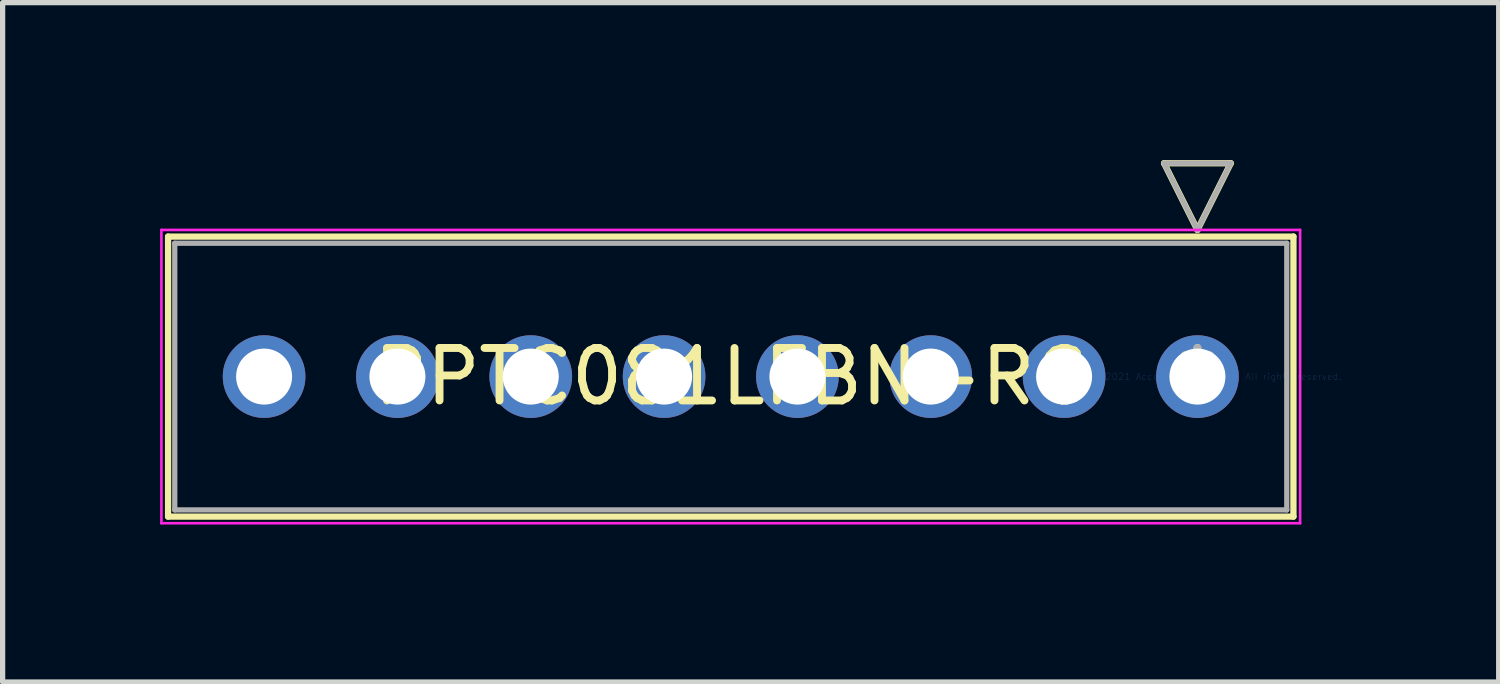
<source format=kicad_pcb>
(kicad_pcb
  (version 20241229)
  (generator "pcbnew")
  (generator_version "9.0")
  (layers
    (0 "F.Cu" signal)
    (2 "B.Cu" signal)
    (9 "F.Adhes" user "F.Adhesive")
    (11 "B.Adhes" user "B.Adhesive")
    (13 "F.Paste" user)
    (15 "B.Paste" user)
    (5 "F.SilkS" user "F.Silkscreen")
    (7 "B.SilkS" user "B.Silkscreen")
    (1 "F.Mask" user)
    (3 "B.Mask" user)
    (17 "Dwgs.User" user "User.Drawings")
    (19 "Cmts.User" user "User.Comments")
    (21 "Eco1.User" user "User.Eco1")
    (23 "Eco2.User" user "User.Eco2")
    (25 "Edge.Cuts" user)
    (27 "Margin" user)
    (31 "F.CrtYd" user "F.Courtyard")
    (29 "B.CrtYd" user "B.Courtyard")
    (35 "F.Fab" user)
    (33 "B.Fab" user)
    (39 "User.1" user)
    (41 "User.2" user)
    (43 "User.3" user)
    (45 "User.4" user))
  (footprint "PPTC081LFBN-RC"
    (layer "F.Cu")
    (at 19.761 4.124)
    (property "Reference" "PPTC081LFBN-RC" (at -8.89 0 0) (layer "F.SilkS") (effects (font (size 1 1) (thickness 0.15))))
    (attr through_hole)
    (fp_line (start -19.609 -2.667) (end -19.609 2.667) (stroke (width 0.12) (type solid)) (layer "F.SilkS"))
    (fp_line (start -19.609 2.667) (end 1.829 2.667) (stroke (width 0.12) (type solid)) (layer "F.SilkS"))
    (fp_line (start -0.635 -4.064) (end 0.635 -4.064) (stroke (width 0.12) (type solid)) (layer "F.SilkS"))
    (fp_line (start 0 -2.794) (end -0.635 -4.064) (stroke (width 0.12) (type solid)) (layer "F.SilkS"))
    (fp_line (start 0.635 -4.064) (end 0 -2.794) (stroke (width 0.12) (type solid)) (layer "F.SilkS"))
    (fp_line (start 1.829 -2.667) (end -19.609 -2.667) (stroke (width 0.12) (type solid)) (layer "F.SilkS"))
    (fp_line (start 1.829 2.667) (end 1.829 -2.667) (stroke (width 0.12) (type solid)) (layer "F.SilkS"))
    (fp_line (start -19.736 -2.794) (end -19.736 2.794) (stroke (width 0.05) (type solid)) (layer "F.CrtYd"))
    (fp_line (start -19.736 2.794) (end 1.956 2.794) (stroke (width 0.05) (type solid)) (layer "F.CrtYd"))
    (fp_line (start 1.956 -2.794) (end -19.736 -2.794) (stroke (width 0.05) (type solid)) (layer "F.CrtYd"))
    (fp_line (start 1.956 2.794) (end 1.956 -2.794) (stroke (width 0.05) (type solid)) (layer "F.CrtYd"))
    (fp_line (start -19.482 -2.54) (end -19.482 2.54) (stroke (width 0.1) (type solid)) (layer "F.Fab"))
    (fp_line (start -19.482 2.54) (end 1.702 2.54) (stroke (width 0.1) (type solid)) (layer "F.Fab"))
    (fp_line (start -0.635 -4.064) (end 0.635 -4.064) (stroke (width 0.1) (type solid)) (layer "F.Fab"))
    (fp_line (start 0 -2.794) (end -0.635 -4.064) (stroke (width 0.1) (type solid)) (layer "F.Fab"))
    (fp_line (start 0.635 -4.064) (end 0 -2.794) (stroke (width 0.1) (type solid)) (layer "F.Fab"))
    (fp_line (start 1.702 -2.54) (end -19.482 -2.54) (stroke (width 0.1) (type solid)) (layer "F.Fab"))
    (fp_line (start 1.702 2.54) (end 1.702 -2.54) (stroke (width 0.1) (type solid)) (layer "F.Fab"))
    (fp_text user "*" (at 0 0 0) (layer "F.SilkS") (effects (font (size 1 1) (thickness 0.15))))
    (fp_text user "Copyright 2021 Accelerated Designs. All rights reserved." (at 0 0 0) (layer "Cmts.User") (effects (font (size 0.127 0.127) (thickness 0.002))))
    (fp_text user "*" (at 0 0 0) (layer "F.Fab") (effects (font (size 1 1) (thickness 0.15))))
    (pad "1" thru_hole circle (at 0 0) (size 1.575 1.575) (drill 1.067) (layers "*.Cu" "*.Mask"))
    (pad "2" thru_hole circle (at -2.54 0) (size 1.575 1.575) (drill 1.067) (layers "*.Cu" "*.Mask"))
    (pad "3" thru_hole circle (at -5.08 0) (size 1.575 1.575) (drill 1.067) (layers "*.Cu" "*.Mask"))
    (pad "4" thru_hole circle (at -7.62 0) (size 1.575 1.575) (drill 1.067) (layers "*.Cu" "*.Mask"))
    (pad "5" thru_hole circle (at -10.16 0) (size 1.575 1.575) (drill 1.067) (layers "*.Cu" "*.Mask"))
    (pad "6" thru_hole circle (at -12.7 0) (size 1.575 1.575) (drill 1.067) (layers "*.Cu" "*.Mask"))
    (pad "7" thru_hole circle (at -15.24 0) (size 1.575 1.575) (drill 1.067) (layers "*.Cu" "*.Mask"))
    (pad "8" thru_hole circle (at -17.78 0) (size 1.575 1.575) (drill 1.067) (layers "*.Cu" "*.Mask")))
  (gr_rect
    (start -3 -3)
    (end 25.5 9.943)
    (stroke (width 0.1) (type default))
    (fill no)
    (layer "Edge.Cuts")))
</source>
